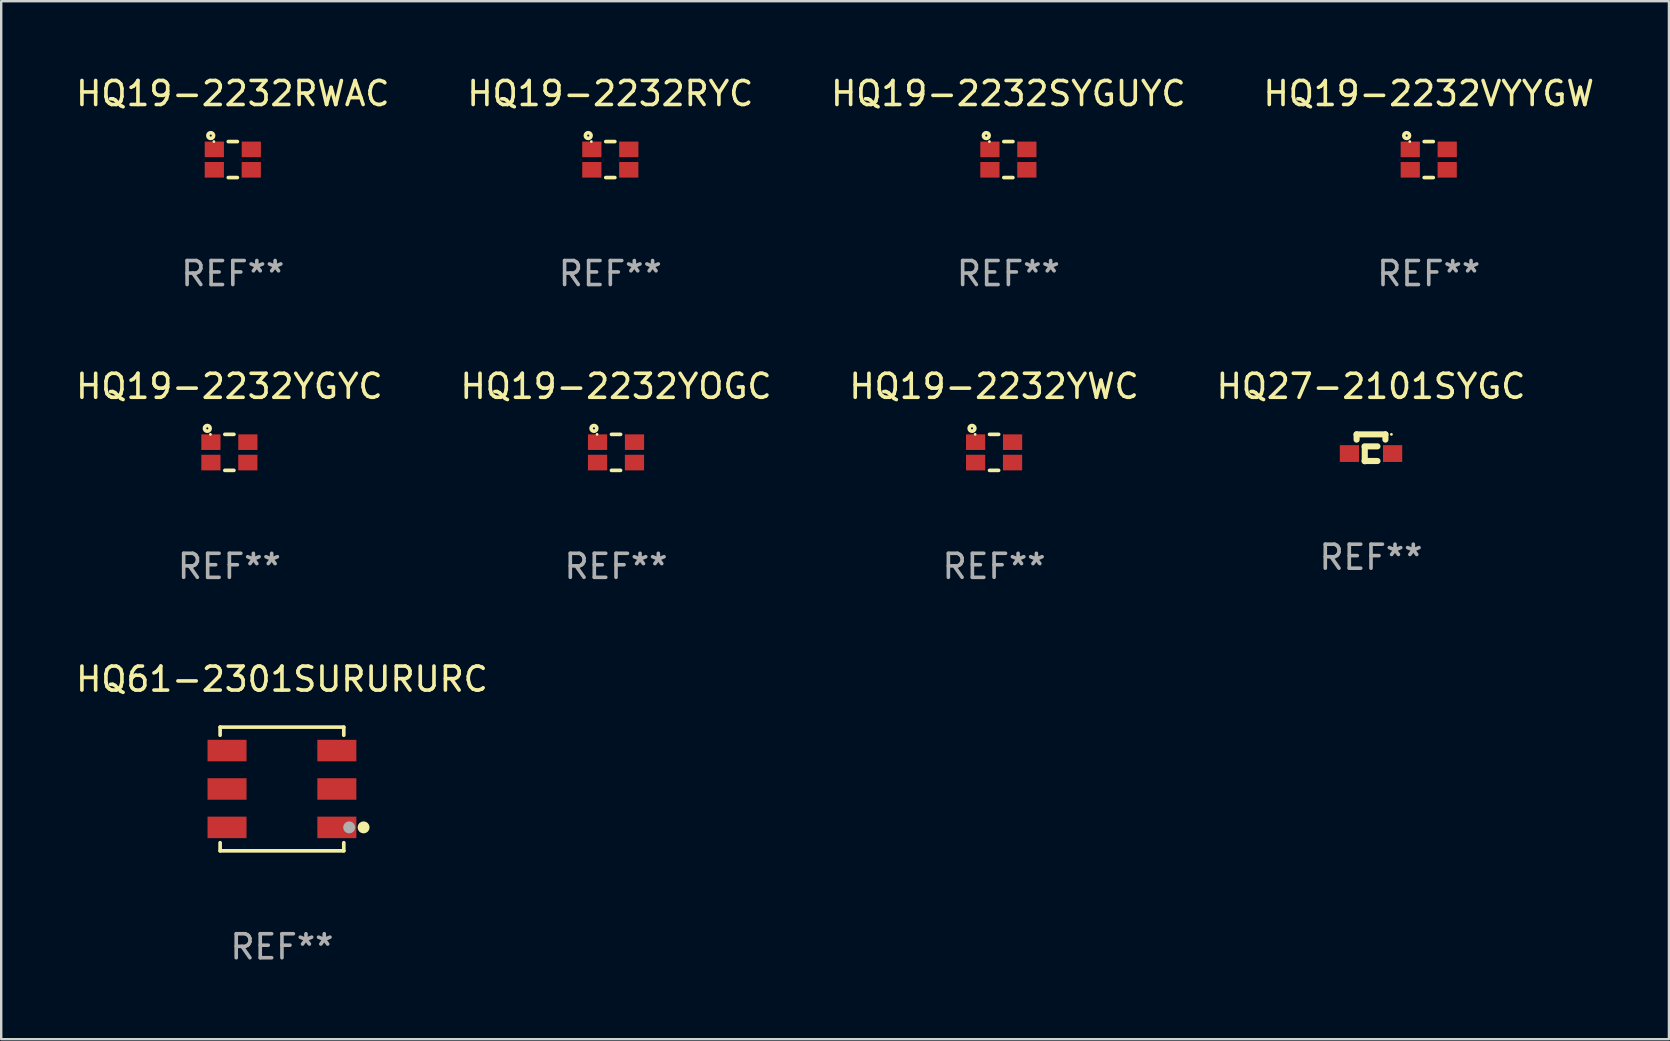
<source format=kicad_pcb>
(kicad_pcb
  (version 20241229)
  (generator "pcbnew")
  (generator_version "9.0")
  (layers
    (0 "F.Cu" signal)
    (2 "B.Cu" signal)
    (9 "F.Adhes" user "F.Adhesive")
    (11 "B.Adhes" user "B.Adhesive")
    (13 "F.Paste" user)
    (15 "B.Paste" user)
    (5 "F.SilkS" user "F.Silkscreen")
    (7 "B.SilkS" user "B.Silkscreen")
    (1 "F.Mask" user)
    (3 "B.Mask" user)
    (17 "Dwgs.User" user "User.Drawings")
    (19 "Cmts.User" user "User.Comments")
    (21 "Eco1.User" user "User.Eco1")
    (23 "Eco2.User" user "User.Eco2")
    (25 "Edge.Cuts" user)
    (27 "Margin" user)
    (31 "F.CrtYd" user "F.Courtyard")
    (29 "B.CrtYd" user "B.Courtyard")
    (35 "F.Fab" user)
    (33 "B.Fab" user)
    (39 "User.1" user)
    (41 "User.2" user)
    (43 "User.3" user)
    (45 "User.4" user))
  (footprint "HQ19-2232YWC"
    (layer "F.Cu")
    (at 38.363 15.795)
    (property "Reference" "HQ19-2232YWC" (at 0 -2.75 0) (layer "F.SilkS") (effects (font (size 1 1) (thickness 0.15))))
    (attr through_hole)
    (fp_line (start -0.19 -0.75) (end 0.19 -0.75) (stroke (width 0.152) (type solid)) (layer "F.SilkS"))
    (fp_line (start -0.19 0.75) (end 0.189 0.75) (stroke (width 0.152) (type solid)) (layer "F.SilkS"))
    (fp_circle (center -0.92 -1) (end -0.877 -1) (stroke (width 0.152) (type solid)) (fill no) (layer "F.SilkS"))
    (fp_circle (center -0.79 -0.75) (end -0.76 -0.75) (stroke (width 0.06) (type solid)) (fill no) (layer "F.SilkS"))
    (fp_text user "REF**" (at 0 4.75 0) (layer "F.Fab") (effects (font (size 1 1) (thickness 0.15))))
    (pad "1" smd rect (at -0.77 -0.425) (size 0.8 0.65) (layers "F.Cu" "F.Mask" "F.Paste"))
    (pad "2" smd rect (at 0.77 -0.425) (size 0.8 0.65) (layers "F.Cu" "F.Mask" "F.Paste"))
    (pad "3" smd rect (at -0.77 0.425) (size 0.8 0.65) (layers "F.Cu" "F.Mask" "F.Paste"))
    (pad "4" smd rect (at 0.769 0.425) (size 0.8 0.65) (layers "F.Cu" "F.Mask" "F.Paste")))
  (footprint "HQ19-2232RWAC"
    (layer "F.Cu")
    (at 6.649 3.598)
    (property "Reference" "HQ19-2232RWAC" (at 0 -2.75 0) (layer "F.SilkS") (effects (font (size 1 1) (thickness 0.15))))
    (attr through_hole)
    (fp_line (start -0.19 -0.75) (end 0.19 -0.75) (stroke (width 0.152) (type solid)) (layer "F.SilkS"))
    (fp_line (start -0.19 0.75) (end 0.189 0.75) (stroke (width 0.152) (type solid)) (layer "F.SilkS"))
    (fp_circle (center -0.92 -1) (end -0.877 -1) (stroke (width 0.152) (type solid)) (fill no) (layer "F.SilkS"))
    (fp_circle (center -0.79 -0.75) (end -0.76 -0.75) (stroke (width 0.06) (type solid)) (fill no) (layer "F.SilkS"))
    (fp_text user "REF**" (at 0 4.75 0) (layer "F.Fab") (effects (font (size 1 1) (thickness 0.15))))
    (pad "1" smd rect (at -0.77 -0.425) (size 0.8 0.65) (layers "F.Cu" "F.Mask" "F.Paste"))
    (pad "2" smd rect (at 0.77 -0.425) (size 0.8 0.65) (layers "F.Cu" "F.Mask" "F.Paste"))
    (pad "3" smd rect (at -0.77 0.425) (size 0.8 0.65) (layers "F.Cu" "F.Mask" "F.Paste"))
    (pad "4" smd rect (at 0.769 0.425) (size 0.8 0.65) (layers "F.Cu" "F.Mask" "F.Paste")))
  (footprint "HQ19-2232VYYGW"
    (layer "F.Cu")
    (at 56.47 3.598)
    (property "Reference" "HQ19-2232VYYGW" (at 0 -2.75 0) (layer "F.SilkS") (effects (font (size 1 1) (thickness 0.15))))
    (attr through_hole)
    (fp_line (start -0.19 -0.75) (end 0.19 -0.75) (stroke (width 0.152) (type solid)) (layer "F.SilkS"))
    (fp_line (start -0.19 0.75) (end 0.189 0.75) (stroke (width 0.152) (type solid)) (layer "F.SilkS"))
    (fp_circle (center -0.92 -1) (end -0.877 -1) (stroke (width 0.152) (type solid)) (fill no) (layer "F.SilkS"))
    (fp_circle (center -0.79 -0.75) (end -0.76 -0.75) (stroke (width 0.06) (type solid)) (fill no) (layer "F.SilkS"))
    (fp_text user "REF**" (at 0 4.75 0) (layer "F.Fab") (effects (font (size 1 1) (thickness 0.15))))
    (pad "1" smd rect (at -0.77 -0.425) (size 0.8 0.65) (layers "F.Cu" "F.Mask" "F.Paste"))
    (pad "2" smd rect (at 0.77 -0.425) (size 0.8 0.65) (layers "F.Cu" "F.Mask" "F.Paste"))
    (pad "3" smd rect (at -0.77 0.425) (size 0.8 0.65) (layers "F.Cu" "F.Mask" "F.Paste"))
    (pad "4" smd rect (at 0.769 0.425) (size 0.8 0.65) (layers "F.Cu" "F.Mask" "F.Paste")))
  (footprint "HQ19-2232SYGUYC"
    (layer "F.Cu")
    (at 38.958 3.598)
    (property "Reference" "HQ19-2232SYGUYC" (at 0 -2.75 0) (layer "F.SilkS") (effects (font (size 1 1) (thickness 0.15))))
    (attr through_hole)
    (fp_line (start -0.19 -0.75) (end 0.19 -0.75) (stroke (width 0.152) (type solid)) (layer "F.SilkS"))
    (fp_line (start -0.19 0.75) (end 0.189 0.75) (stroke (width 0.152) (type solid)) (layer "F.SilkS"))
    (fp_circle (center -0.92 -1) (end -0.877 -1) (stroke (width 0.152) (type solid)) (fill no) (layer "F.SilkS"))
    (fp_circle (center -0.79 -0.75) (end -0.76 -0.75) (stroke (width 0.06) (type solid)) (fill no) (layer "F.SilkS"))
    (fp_text user "REF**" (at 0 4.75 0) (layer "F.Fab") (effects (font (size 1 1) (thickness 0.15))))
    (pad "1" smd rect (at -0.77 -0.425) (size 0.8 0.65) (layers "F.Cu" "F.Mask" "F.Paste"))
    (pad "2" smd rect (at 0.77 -0.425) (size 0.8 0.65) (layers "F.Cu" "F.Mask" "F.Paste"))
    (pad "3" smd rect (at -0.77 0.425) (size 0.8 0.65) (layers "F.Cu" "F.Mask" "F.Paste"))
    (pad "4" smd rect (at 0.769 0.425) (size 0.8 0.65) (layers "F.Cu" "F.Mask" "F.Paste")))
  (footprint "HQ19-2232YGYC"
    (layer "F.Cu")
    (at 6.506 15.795)
    (property "Reference" "HQ19-2232YGYC" (at 0 -2.75 0) (layer "F.SilkS") (effects (font (size 1 1) (thickness 0.15))))
    (attr through_hole)
    (fp_line (start -0.19 -0.75) (end 0.19 -0.75) (stroke (width 0.152) (type solid)) (layer "F.SilkS"))
    (fp_line (start -0.19 0.75) (end 0.189 0.75) (stroke (width 0.152) (type solid)) (layer "F.SilkS"))
    (fp_circle (center -0.92 -1) (end -0.877 -1) (stroke (width 0.152) (type solid)) (fill no) (layer "F.SilkS"))
    (fp_circle (center -0.79 -0.75) (end -0.76 -0.75) (stroke (width 0.06) (type solid)) (fill no) (layer "F.SilkS"))
    (fp_text user "REF**" (at 0 4.75 0) (layer "F.Fab") (effects (font (size 1 1) (thickness 0.15))))
    (pad "1" smd rect (at -0.77 -0.425) (size 0.8 0.65) (layers "F.Cu" "F.Mask" "F.Paste"))
    (pad "2" smd rect (at 0.77 -0.425) (size 0.8 0.65) (layers "F.Cu" "F.Mask" "F.Paste"))
    (pad "3" smd rect (at -0.77 0.425) (size 0.8 0.65) (layers "F.Cu" "F.Mask" "F.Paste"))
    (pad "4" smd rect (at 0.769 0.425) (size 0.8 0.65) (layers "F.Cu" "F.Mask" "F.Paste")))
  (footprint "HQ61-2301SURURURC"
    (layer "F.Cu")
    (at 8.696 29.818)
    (property "Reference" "HQ61-2301SURURURC" (at 0 -4.576 0) (layer "F.SilkS") (effects (font (size 1 1) (thickness 0.15))))
    (attr through_hole)
    (fp_line (start -2.576 -2.576) (end -2.576 -2.239) (stroke (width 0.152) (type solid)) (layer "F.SilkS"))
    (fp_line (start -2.576 2.576) (end -2.576 2.239) (stroke (width 0.152) (type solid)) (layer "F.SilkS"))
    (fp_line (start 2.576 -2.576) (end -2.576 -2.576) (stroke (width 0.152) (type solid)) (layer "F.SilkS"))
    (fp_line (start 2.576 -2.239) (end 2.576 -2.576) (stroke (width 0.152) (type solid)) (layer "F.SilkS"))
    (fp_line (start 2.576 2.239) (end 2.576 2.576) (stroke (width 0.152) (type solid)) (layer "F.SilkS"))
    (fp_line (start 2.576 2.576) (end -2.576 2.576) (stroke (width 0.152) (type solid)) (layer "F.SilkS"))
    (fp_circle (center 3.4 1.6) (end 3.525 1.6) (stroke (width 0.25) (type solid)) (fill no) (layer "F.SilkS"))
    (fp_circle (center 2.8 1.6) (end 2.925 1.6) (stroke (width 0.25) (type solid)) (fill no) (layer "F.Fab"))
    (fp_text user "REF**" (at 0 6.576 0) (layer "F.Fab") (effects (font (size 1 1) (thickness 0.15))))
    (pad "1" smd rect (at 2.287 1.6 90) (size 0.896 1.625) (layers "F.Cu" "F.Mask" "F.Paste"))
    (pad "2" smd rect (at -2.288 1.6 90) (size 0.896 1.625) (layers "F.Cu" "F.Mask" "F.Paste"))
    (pad "3" smd rect (at 2.287 0.000076 90) (size 0.896 1.625) (layers "F.Cu" "F.Mask" "F.Paste"))
    (pad "4" smd rect (at -2.288 0.000076 90) (size 0.896 1.625) (layers "F.Cu" "F.Mask" "F.Paste"))
    (pad "5" smd rect (at 2.287 -1.6 90) (size 0.896 1.625) (layers "F.Cu" "F.Mask" "F.Paste"))
    (pad "6" smd rect (at -2.288 -1.6 90) (size 0.896 1.625) (layers "F.Cu" "F.Mask" "F.Paste")))
  (footprint "HQ19-2232YOGC"
    (layer "F.Cu")
    (at 22.613 15.795)
    (property "Reference" "HQ19-2232YOGC" (at 0 -2.75 0) (layer "F.SilkS") (effects (font (size 1 1) (thickness 0.15))))
    (attr through_hole)
    (fp_line (start -0.19 -0.75) (end 0.19 -0.75) (stroke (width 0.152) (type solid)) (layer "F.SilkS"))
    (fp_line (start -0.19 0.75) (end 0.189 0.75) (stroke (width 0.152) (type solid)) (layer "F.SilkS"))
    (fp_circle (center -0.92 -1) (end -0.877 -1) (stroke (width 0.152) (type solid)) (fill no) (layer "F.SilkS"))
    (fp_circle (center -0.79 -0.75) (end -0.76 -0.75) (stroke (width 0.06) (type solid)) (fill no) (layer "F.SilkS"))
    (fp_text user "REF**" (at 0 4.75 0) (layer "F.Fab") (effects (font (size 1 1) (thickness 0.15))))
    (pad "1" smd rect (at -0.77 -0.425) (size 0.8 0.65) (layers "F.Cu" "F.Mask" "F.Paste"))
    (pad "2" smd rect (at 0.77 -0.425) (size 0.8 0.65) (layers "F.Cu" "F.Mask" "F.Paste"))
    (pad "3" smd rect (at -0.77 0.425) (size 0.8 0.65) (layers "F.Cu" "F.Mask" "F.Paste"))
    (pad "4" smd rect (at 0.769 0.425) (size 0.8 0.65) (layers "F.Cu" "F.Mask" "F.Paste")))
  (footprint "HQ27-2101SYGC"
    (layer "F.Cu")
    (at 54.065 15.605)
    (property "Reference" "HQ27-2101SYGC" (at 0 -2.56 0) (layer "F.SilkS") (effects (font (size 1 1) (thickness 0.15))))
    (attr through_hole)
    (fp_line (start -0.6 -0.56) (end -0.6 -0.341) (stroke (width 0.254) (type solid)) (layer "F.SilkS"))
    (fp_line (start -0.6 -0.56) (end 0.6 -0.56) (stroke (width 0.254) (type solid)) (layer "F.SilkS"))
    (fp_line (start -0.269 0.55) (end 0.269 0.55) (stroke (width 0.254) (type solid)) (layer "F.SilkS"))
    (fp_line (start -0.26 0.56) (end -0.26 -0.039) (stroke (width 0.254) (type solid)) (layer "F.SilkS"))
    (fp_line (start 0.269 -0.06) (end -0.269 -0.06) (stroke (width 0.254) (type solid)) (layer "F.SilkS"))
    (fp_line (start 0.6 -0.56) (end 0.6 -0.341) (stroke (width 0.254) (type solid)) (layer "F.SilkS"))
    (fp_circle (center 0.85 -0.56) (end 0.88 -0.56) (stroke (width 0.06) (type solid)) (fill no) (layer "F.SilkS"))
    (fp_text user "REF**" (at 0 4.56 0) (layer "F.Fab") (effects (font (size 1 1) (thickness 0.15))))
    (pad "1" smd rect (at 0.9 0.24) (size 0.8 0.7) (layers "F.Cu" "F.Mask" "F.Paste"))
    (pad "2" smd rect (at -0.9 0.24) (size 0.8 0.7) (layers "F.Cu" "F.Mask" "F.Paste")))
  (footprint "HQ19-2232RYC"
    (layer "F.Cu")
    (at 22.375 3.598)
    (property "Reference" "HQ19-2232RYC" (at 0 -2.75 0) (layer "F.SilkS") (effects (font (size 1 1) (thickness 0.15))))
    (attr through_hole)
    (fp_line (start -0.19 -0.75) (end 0.19 -0.75) (stroke (width 0.152) (type solid)) (layer "F.SilkS"))
    (fp_line (start -0.19 0.75) (end 0.189 0.75) (stroke (width 0.152) (type solid)) (layer "F.SilkS"))
    (fp_circle (center -0.92 -1) (end -0.877 -1) (stroke (width 0.152) (type solid)) (fill no) (layer "F.SilkS"))
    (fp_circle (center -0.79 -0.75) (end -0.76 -0.75) (stroke (width 0.06) (type solid)) (fill no) (layer "F.SilkS"))
    (fp_text user "REF**" (at 0 4.75 0) (layer "F.Fab") (effects (font (size 1 1) (thickness 0.15))))
    (pad "1" smd rect (at -0.77 -0.425) (size 0.8 0.65) (layers "F.Cu" "F.Mask" "F.Paste"))
    (pad "2" smd rect (at 0.77 -0.425) (size 0.8 0.65) (layers "F.Cu" "F.Mask" "F.Paste"))
    (pad "3" smd rect (at -0.77 0.425) (size 0.8 0.65) (layers "F.Cu" "F.Mask" "F.Paste"))
    (pad "4" smd rect (at 0.769 0.425) (size 0.8 0.65) (layers "F.Cu" "F.Mask" "F.Paste")))
  (gr_rect
    (start -3 -3)
    (end 66.476 40.242)
    (stroke (width 0.1) (type default))
    (fill no)
    (layer "Edge.Cuts")))
</source>
